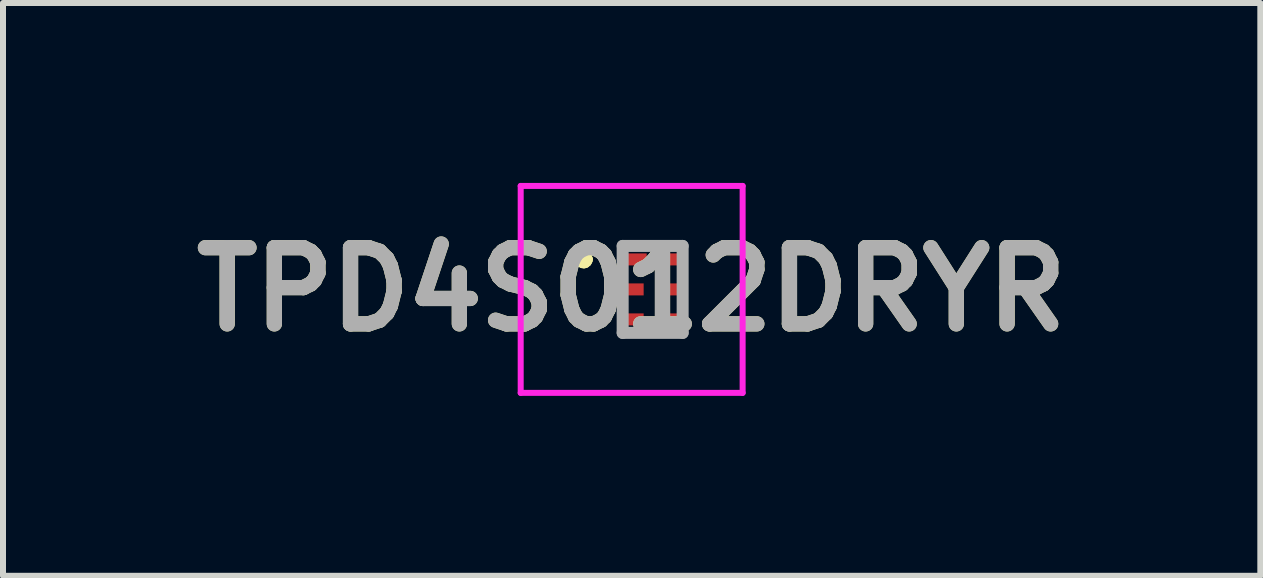
<source format=kicad_pcb>
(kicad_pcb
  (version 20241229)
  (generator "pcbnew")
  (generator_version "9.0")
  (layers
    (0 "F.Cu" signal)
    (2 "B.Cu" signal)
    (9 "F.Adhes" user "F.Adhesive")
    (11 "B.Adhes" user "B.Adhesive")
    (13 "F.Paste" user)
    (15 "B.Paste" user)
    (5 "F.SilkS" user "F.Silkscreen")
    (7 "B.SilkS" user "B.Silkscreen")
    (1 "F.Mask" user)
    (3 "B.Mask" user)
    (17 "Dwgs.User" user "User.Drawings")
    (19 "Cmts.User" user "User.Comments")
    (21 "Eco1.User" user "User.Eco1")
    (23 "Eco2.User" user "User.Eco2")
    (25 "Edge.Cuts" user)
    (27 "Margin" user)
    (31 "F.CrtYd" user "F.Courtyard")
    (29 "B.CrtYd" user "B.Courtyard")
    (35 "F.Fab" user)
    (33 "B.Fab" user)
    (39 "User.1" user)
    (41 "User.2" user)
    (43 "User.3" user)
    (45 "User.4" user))
  (footprint "TPD4S012DRYR"
    (layer "F.Cu")
    (at 7.831 1.775)
    (property "Reference" "TPD4S012DRYR" (at -0.35 0 0) (layer "F.SilkS") (effects (font (size 1.27 1.27) (thickness 0.254))))
    (attr smd)
    (fp_line (start -1.2 -0.5) (end -1.2 -0.5) (stroke (width 0.2) (type solid)) (layer "F.SilkS"))
    (fp_line (start -1.2 -0.5) (end -1.2 -0.5) (stroke (width 0.2) (type solid)) (layer "F.SilkS"))
    (fp_line (start -1.1 -0.5) (end -1.1 -0.5) (stroke (width 0.2) (type solid)) (layer "F.SilkS"))
    (fp_arc (start -1.2 -0.5) (mid -1.15 -0.55) (end -1.1 -0.5) (stroke (width 0.2) (type solid)) (layer "F.SilkS"))
    (fp_arc (start -1.1 -0.5) (mid -1.15 -0.45) (end -1.2 -0.5) (stroke (width 0.2) (type solid)) (layer "F.SilkS"))
    (fp_arc (start -1.1 -0.5) (mid -1.15 -0.45) (end -1.2 -0.5) (stroke (width 0.2) (type solid)) (layer "F.SilkS"))
    (fp_line (start -2.2 -1.725) (end 1.5 -1.725) (stroke (width 0.1) (type solid)) (layer "F.CrtYd"))
    (fp_line (start -2.2 1.725) (end -2.2 -1.725) (stroke (width 0.1) (type solid)) (layer "F.CrtYd"))
    (fp_line (start 1.5 -1.725) (end 1.5 1.725) (stroke (width 0.1) (type solid)) (layer "F.CrtYd"))
    (fp_line (start 1.5 1.725) (end -2.2 1.725) (stroke (width 0.1) (type solid)) (layer "F.CrtYd"))
    (fp_line (start -0.5 -0.725) (end -0.5 0.725) (stroke (width 0.2) (type solid)) (layer "F.Fab"))
    (fp_line (start -0.5 0.725) (end 0.5 0.725) (stroke (width 0.2) (type solid)) (layer "F.Fab"))
    (fp_line (start 0.5 -0.725) (end -0.5 -0.725) (stroke (width 0.2) (type solid)) (layer "F.Fab"))
    (fp_line (start 0.5 0.725) (end 0.5 -0.725) (stroke (width 0.2) (type solid)) (layer "F.Fab"))
    (fp_text user "${REFERENCE}" (at -0.35 0 0) (layer "F.Fab") (effects (font (size 1.27 1.27) (thickness 0.254))))
    (pad "1" smd rect (at -0.275 -0.5 90) (size 0.2 0.35) (layers "F.Cu" "F.Mask" "F.Paste"))
    (pad "2" smd rect (at -0.3 0 90) (size 0.2 0.3) (layers "F.Cu" "F.Mask" "F.Paste"))
    (pad "3" smd rect (at -0.3 0.5 90) (size 0.2 0.3) (layers "F.Cu" "F.Mask" "F.Paste"))
    (pad "4" smd rect (at 0.3 0.5 90) (size 0.2 0.3) (layers "F.Cu" "F.Mask" "F.Paste"))
    (pad "5" smd rect (at 0.3 0 90) (size 0.2 0.3) (layers "F.Cu" "F.Mask" "F.Paste"))
    (pad "6" smd rect (at 0.3 -0.5 90) (size 0.2 0.3) (layers "F.Cu" "F.Mask" "F.Paste")))
  (gr_rect
    (start -3 -3)
    (end 17.962 6.55)
    (stroke (width 0.1) (type default))
    (fill no)
    (layer "Edge.Cuts")))
</source>
